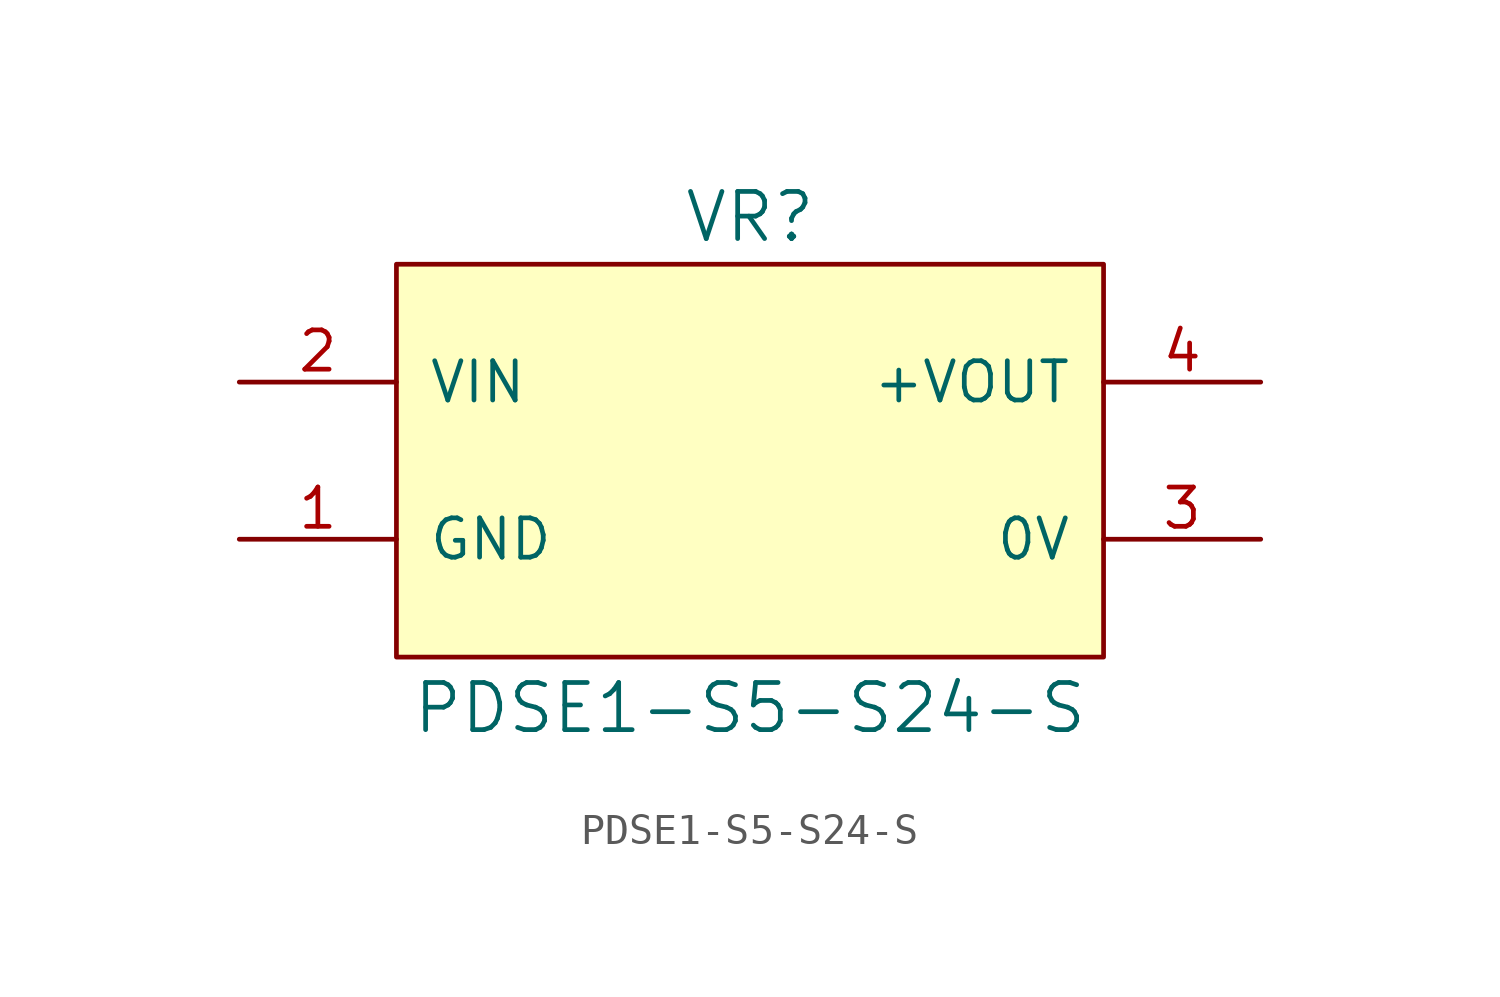
<source format=kicad_sym>
(kicad_symbol_lib
  (version 20220914)
  (generator kicad_symbol_editor)
  (symbol "PDSE1-S5-S24-S"
    (pin_names
      (offset 1.016))
    (property "Reference" "VR"
      (at 0 6.985 0)
      (effects (font (size 1.524 1.524)) (justify bottom)))
    (property "Value" "PDSE1-S5-S24-S"
      (at 0 -8.89 0)
      (effects (font (size 1.524 1.524)) (justify bottom)))
    (symbol "PDSE1-S5-S24-S_1_0"
      (rectangle (start -11.43 6.35) (end 11.43 -6.35) (stroke (width 0) (type default)) (fill (type background)))
      (pin power_in line (at -16.51 -2.54 0) (length 5.08) (name "GND" (effects (font (size 1.27 1.27)))) (number "1" (effects (font (size 1.27 1.27)))))
      (pin power_in line (at -16.51 2.54 0) (length 5.08) (name "VIN" (effects (font (size 1.27 1.27)))) (number "2" (effects (font (size 1.27 1.27)))))
      (pin power_out line (at 16.51 -2.54 180) (length 5.08) (name "0V" (effects (font (size 1.27 1.27)))) (number "3" (effects (font (size 1.27 1.27)))))
      (pin power_out line (at 16.51 2.54 180) (length 5.08) (name "+VOUT" (effects (font (size 1.27 1.27)))) (number "4" (effects (font (size 1.27 1.27))))))))
</source>
